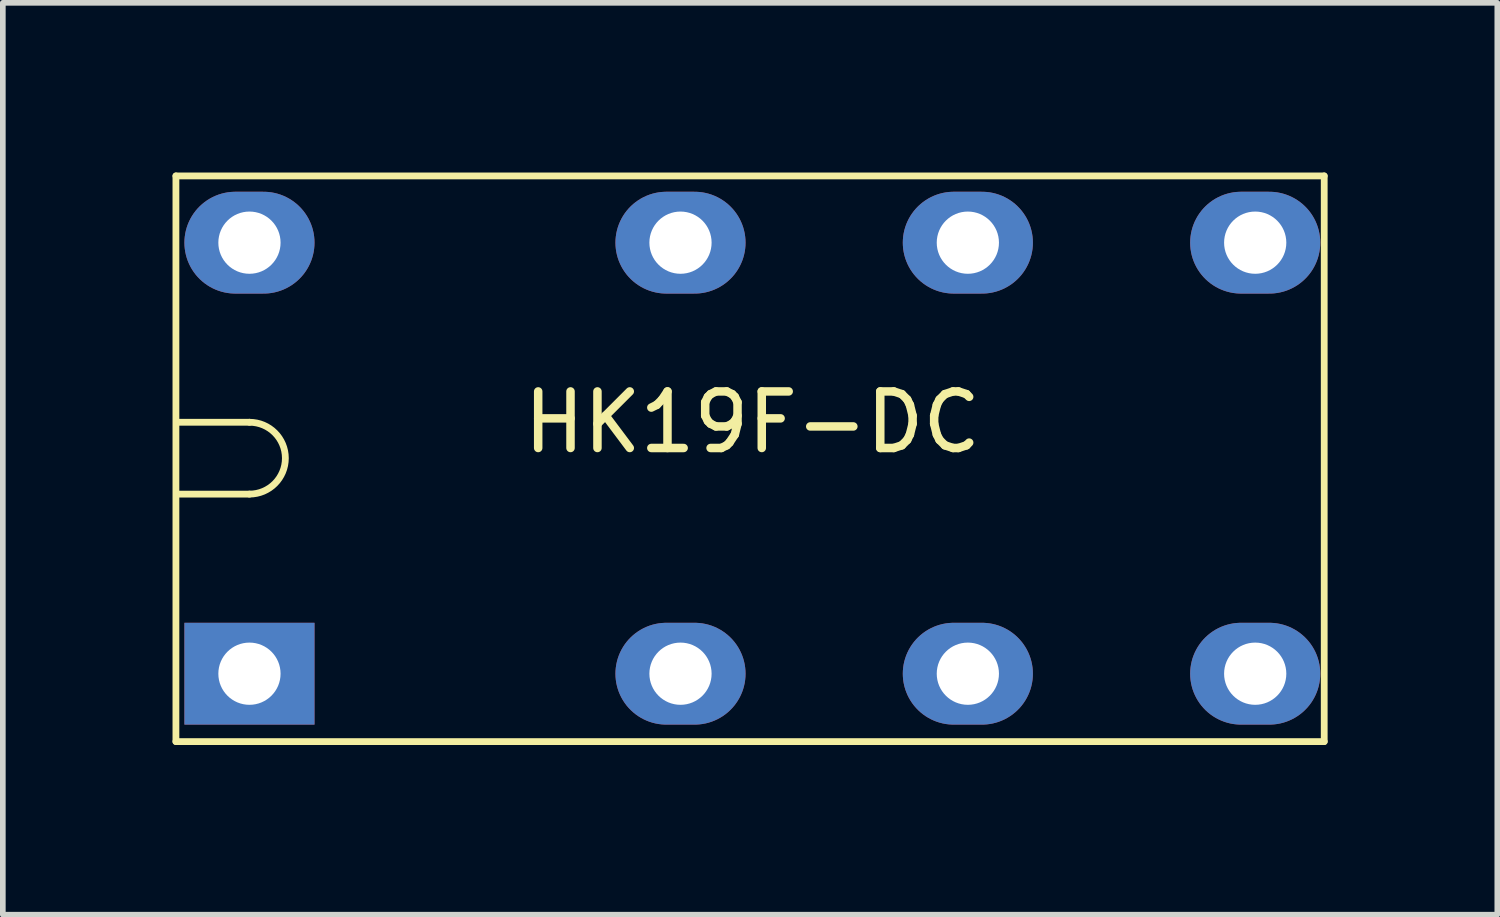
<source format=kicad_pcb>
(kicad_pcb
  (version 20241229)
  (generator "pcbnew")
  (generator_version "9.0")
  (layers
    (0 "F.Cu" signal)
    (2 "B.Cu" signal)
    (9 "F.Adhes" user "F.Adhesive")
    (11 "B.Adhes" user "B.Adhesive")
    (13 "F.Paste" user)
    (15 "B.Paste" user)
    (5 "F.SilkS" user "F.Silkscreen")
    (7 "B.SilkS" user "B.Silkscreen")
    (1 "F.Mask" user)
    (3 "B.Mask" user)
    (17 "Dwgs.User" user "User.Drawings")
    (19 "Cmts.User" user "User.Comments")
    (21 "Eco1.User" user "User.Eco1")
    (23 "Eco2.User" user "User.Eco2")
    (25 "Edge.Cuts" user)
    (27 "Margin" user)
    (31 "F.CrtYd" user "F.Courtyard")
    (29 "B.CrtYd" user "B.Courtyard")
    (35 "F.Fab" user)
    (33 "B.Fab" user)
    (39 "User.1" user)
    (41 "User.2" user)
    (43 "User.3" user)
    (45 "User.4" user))
  (footprint "HK19F-DC"
    (layer "F.Cu")
    (at 1.36 8.86)
    (property "Reference" "HK19F-DC" (at 8.89 -4.445 0) (layer "F.SilkS") (effects (font (size 1 1) (thickness 0.15))))
    (attr through_hole)
    (fp_line (start -1.3 -8.8) (end 19 -8.8) (stroke (width 0.12) (type solid)) (layer "F.SilkS"))
    (fp_line (start -1.3 1.2) (end -1.3 -8.8) (stroke (width 0.12) (type solid)) (layer "F.SilkS"))
    (fp_line (start -1.3 1.2) (end 19 1.2) (stroke (width 0.12) (type solid)) (layer "F.SilkS"))
    (fp_line (start 0 -4.445) (end -1.27 -4.445) (stroke (width 0.12) (type solid)) (layer "F.SilkS"))
    (fp_line (start 0 -3.175) (end -1.27 -3.175) (stroke (width 0.12) (type solid)) (layer "F.SilkS"))
    (fp_line (start 19 1.2) (end 19 -8.8) (stroke (width 0.12) (type solid)) (layer "F.SilkS"))
    (fp_arc (start 0 -4.445) (mid 0.635 -3.81) (end 0 -3.175) (stroke (width 0.12) (type solid)) (layer "F.SilkS"))
    (pad "1" thru_hole rect (at 0 0) (size 2.3 1.8) (drill 1.1) (layers "*.Cu" "*.Mask"))
    (pad "4" thru_hole oval (at 7.62 0) (size 2.3 1.8) (drill 1.1) (layers "*.Cu" "*.Mask"))
    (pad "6" thru_hole oval (at 12.7 0) (size 2.3 1.8) (drill 1.1) (layers "*.Cu" "*.Mask"))
    (pad "8" thru_hole oval (at 17.78 0) (size 2.3 1.8) (drill 1.1) (layers "*.Cu" "*.Mask"))
    (pad "9" thru_hole oval (at 17.78 -7.62) (size 2.3 1.8) (drill 1.1) (layers "*.Cu" "*.Mask"))
    (pad "11" thru_hole oval (at 12.7 -7.62) (size 2.3 1.8) (drill 1.1) (layers "*.Cu" "*.Mask"))
    (pad "13" thru_hole oval (at 7.62 -7.62) (size 2.3 1.8) (drill 1.1) (layers "*.Cu" "*.Mask"))
    (pad "16" thru_hole oval (at 0 -7.62) (size 2.3 1.8) (drill 1.1) (layers "*.Cu" "*.Mask")))
  (gr_rect
    (start -3 -3)
    (end 23.42 13.12)
    (stroke (width 0.1) (type default))
    (fill no)
    (layer "Edge.Cuts")))
</source>
